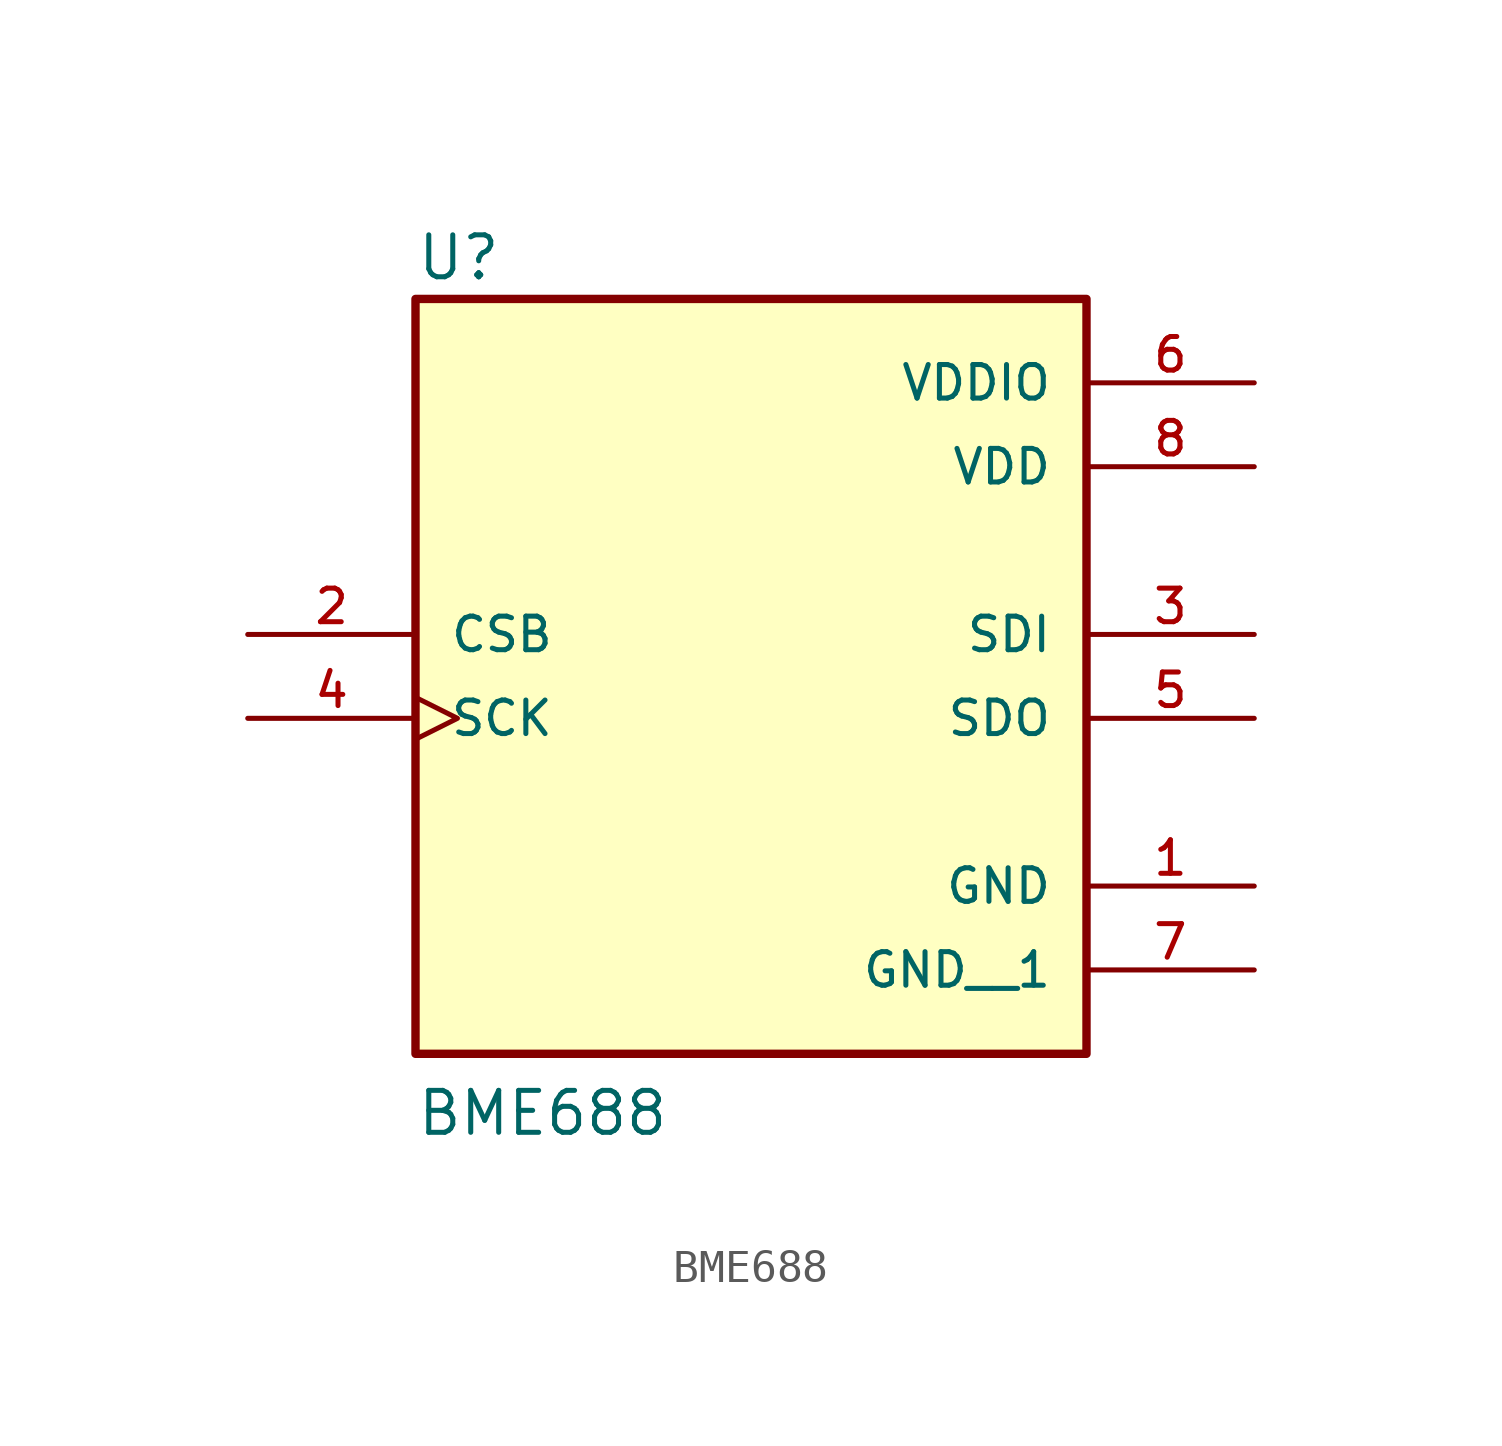
<source format=kicad_sym>
(kicad_symbol_lib
  (version 20241209)
  (generator "kicad_symbol_editor")
  (generator_version "9.0")
  (symbol "BME688"
    (pin_names
      (offset 1.016))
    (property "Reference" "U"
      (at -10.16 10.668 0)
      (effects (font (size 1.27 1.27)) (justify left bottom)))
    (property "Value" "BME688"
      (at -10.16 -15.24 0)
      (effects (font (size 1.27 1.27)) (justify left bottom)))
    (symbol "BME688_0_0"
      (rectangle (start -10.16 -12.7) (end 10.16 10.16) (stroke (width 0.254) (type default)) (fill (type background)))
      (pin input line (at -15.24 0 0) (length 5.08) (name "CSB" (effects (font (size 1.016 1.016)))) (number "2" (effects (font (size 1.016 1.016)))))
      (pin input clock (at -15.24 -2.54 0) (length 5.08) (name "SCK" (effects (font (size 1.016 1.016)))) (number "4" (effects (font (size 1.016 1.016)))))
      (pin power_in line (at 15.24 7.62 180) (length 5.08) (name "VDDIO" (effects (font (size 1.016 1.016)))) (number "6" (effects (font (size 1.016 1.016)))))
      (pin power_in line (at 15.24 5.08 180) (length 5.08) (name "VDD" (effects (font (size 1.016 1.016)))) (number "8" (effects (font (size 1.016 1.016)))))
      (pin bidirectional line (at 15.24 0 180) (length 5.08) (name "SDI" (effects (font (size 1.016 1.016)))) (number "3" (effects (font (size 1.016 1.016)))))
      (pin bidirectional line (at 15.24 -2.54 180) (length 5.08) (name "SDO" (effects (font (size 1.016 1.016)))) (number "5" (effects (font (size 1.016 1.016)))))
      (pin power_in line (at 15.24 -7.62 180) (length 5.08) (name "GND" (effects (font (size 1.016 1.016)))) (number "1" (effects (font (size 1.016 1.016)))))
      (pin power_in line (at 15.24 -10.16 180) (length 5.08) (name "GND__1" (effects (font (size 1.016 1.016)))) (number "7" (effects (font (size 1.016 1.016))))))))
</source>
